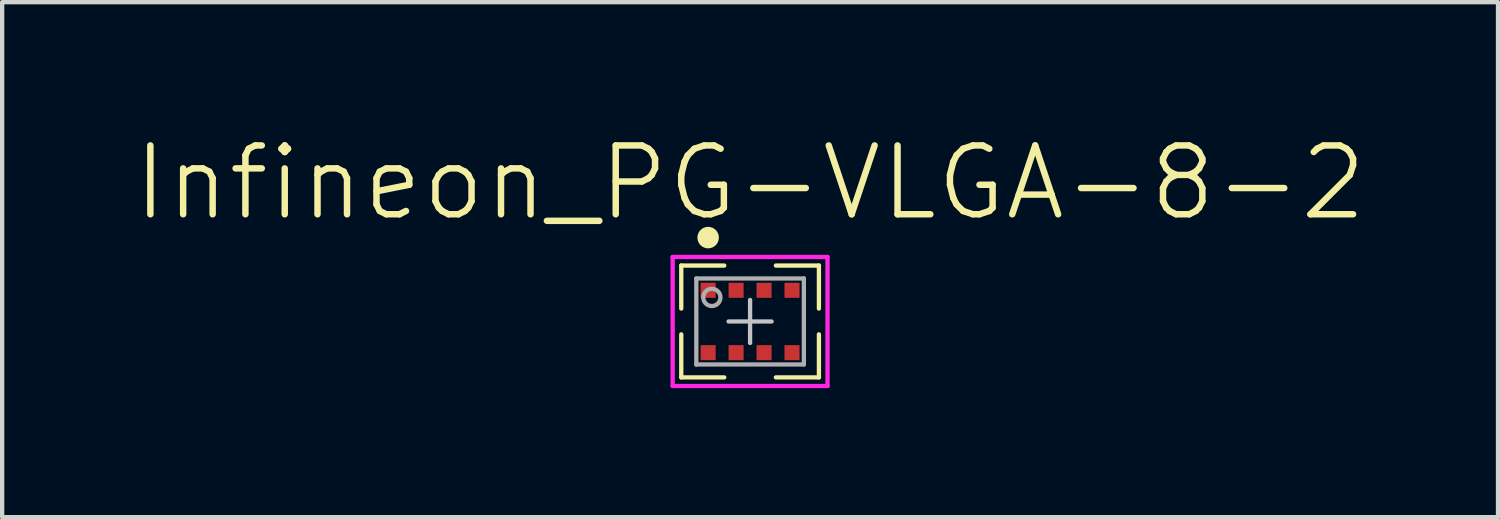
<source format=kicad_pcb>
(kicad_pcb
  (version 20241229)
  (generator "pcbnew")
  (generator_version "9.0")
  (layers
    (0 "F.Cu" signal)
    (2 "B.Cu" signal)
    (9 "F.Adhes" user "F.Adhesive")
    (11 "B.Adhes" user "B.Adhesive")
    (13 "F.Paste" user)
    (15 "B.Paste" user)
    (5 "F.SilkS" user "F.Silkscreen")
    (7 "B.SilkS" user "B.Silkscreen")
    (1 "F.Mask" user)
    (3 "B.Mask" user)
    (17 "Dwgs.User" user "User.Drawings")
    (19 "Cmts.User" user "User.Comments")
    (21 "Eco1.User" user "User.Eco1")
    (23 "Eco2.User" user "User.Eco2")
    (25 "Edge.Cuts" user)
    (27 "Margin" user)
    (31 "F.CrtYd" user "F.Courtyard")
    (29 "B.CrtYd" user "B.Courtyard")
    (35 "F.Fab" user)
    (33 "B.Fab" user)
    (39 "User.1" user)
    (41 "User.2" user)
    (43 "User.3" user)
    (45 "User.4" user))
  (footprint "Infineon_PG-VLGA-8-2"
    (layer "F.Cu")
    (at 14.389 4.424)
    (property "Reference" "Infineon_PG-VLGA-8-2" (at 0 -3.225 0) (layer "F.SilkS") (effects (font (size 1.6 1.6) (thickness 0.15))))
    (attr smd)
    (fp_line (start -1.6 -1.3) (end -0.6 -1.3) (stroke (width 0.1) (type solid)) (layer "F.SilkS"))
    (fp_line (start -1.6 -0.3) (end -1.6 -1.3) (stroke (width 0.1) (type solid)) (layer "F.SilkS"))
    (fp_line (start -1.6 1.3) (end -1.6 0.3) (stroke (width 0.1) (type solid)) (layer "F.SilkS"))
    (fp_line (start -0.6 1.3) (end -1.6 1.3) (stroke (width 0.1) (type solid)) (layer "F.SilkS"))
    (fp_line (start 0.6 -1.3) (end 1.6 -1.3) (stroke (width 0.1) (type solid)) (layer "F.SilkS"))
    (fp_line (start 1.6 -1.3) (end 1.6 -0.3) (stroke (width 0.1) (type solid)) (layer "F.SilkS"))
    (fp_line (start 1.6 0.3) (end 1.6 1.3) (stroke (width 0.1) (type solid)) (layer "F.SilkS"))
    (fp_line (start 1.6 1.3) (end 0.6 1.3) (stroke (width 0.1) (type solid)) (layer "F.SilkS"))
    (fp_circle (center -0.975 -1.95) (end -0.85 -1.95) (stroke (width 0.25) (type solid)) (fill no) (layer "F.SilkS"))
    (fp_circle (center -0.975 -0.725) (end -0.887 -0.725) (stroke (width 0.175) (type solid)) (fill no) (layer "F.Paste"))
    (fp_circle (center -0.975 0.725) (end -0.887 0.725) (stroke (width 0.175) (type solid)) (fill no) (layer "F.Paste"))
    (fp_circle (center -0.325 -0.725) (end -0.237 -0.725) (stroke (width 0.175) (type solid)) (fill no) (layer "F.Paste"))
    (fp_circle (center -0.325 0.725) (end -0.237 0.725) (stroke (width 0.175) (type solid)) (fill no) (layer "F.Paste"))
    (fp_circle (center 0.325 -0.725) (end 0.413 -0.725) (stroke (width 0.175) (type solid)) (fill no) (layer "F.Paste"))
    (fp_circle (center 0.325 0.725) (end 0.413 0.725) (stroke (width 0.175) (type solid)) (fill no) (layer "F.Paste"))
    (fp_circle (center 0.975 -0.725) (end 1.063 -0.725) (stroke (width 0.175) (type solid)) (fill no) (layer "F.Paste"))
    (fp_circle (center 0.975 0.725) (end 1.063 0.725) (stroke (width 0.175) (type solid)) (fill no) (layer "F.Paste"))
    (fp_line (start -0.5 0) (end 0.5 0) (stroke (width 0.1) (type solid)) (layer "Dwgs.User"))
    (fp_line (start 0 0.5) (end 0 -0.5) (stroke (width 0.1) (type solid)) (layer "Dwgs.User"))
    (fp_line (start -1.8 -1.5) (end 1.8 -1.5) (stroke (width 0.1) (type solid)) (layer "F.CrtYd"))
    (fp_line (start -1.8 1.5) (end -1.8 -1.5) (stroke (width 0.1) (type solid)) (layer "F.CrtYd"))
    (fp_line (start -1.8 1.5) (end 1.8 1.5) (stroke (width 0.1) (type solid)) (layer "F.CrtYd"))
    (fp_line (start 1.8 1.5) (end 1.8 -1.5) (stroke (width 0.1) (type solid)) (layer "F.CrtYd"))
    (fp_line (start -1.25 -1) (end 1.25 -1) (stroke (width 0.1) (type solid)) (layer "F.Fab"))
    (fp_line (start -1.25 1) (end -1.25 -1) (stroke (width 0.1) (type solid)) (layer "F.Fab"))
    (fp_line (start -1.25 1) (end 1.25 1) (stroke (width 0.1) (type solid)) (layer "F.Fab"))
    (fp_line (start 1.25 1) (end 1.25 -1) (stroke (width 0.1) (type solid)) (layer "F.Fab"))
    (fp_circle (center -0.889 -0.559) (end -0.689 -0.559) (stroke (width 0.1) (type solid)) (fill no) (layer "F.Fab"))
    (pad "1" smd rect (at -0.975 -0.725) (size 0.35 0.35) (layers "F.Cu" "F.Mask"))
    (pad "2" smd rect (at -0.325 -0.725) (size 0.35 0.35) (layers "F.Cu" "F.Mask"))
    (pad "3" smd rect (at 0.325 -0.725) (size 0.35 0.35) (layers "F.Cu" "F.Mask"))
    (pad "4" smd rect (at 0.975 -0.725) (size 0.35 0.35) (layers "F.Cu" "F.Mask"))
    (pad "5" smd rect (at 0.975 0.725) (size 0.35 0.35) (layers "F.Cu" "F.Mask"))
    (pad "6" smd rect (at 0.325 0.725) (size 0.35 0.35) (layers "F.Cu" "F.Mask"))
    (pad "7" smd rect (at -0.325 0.725) (size 0.35 0.35) (layers "F.Cu" "F.Mask"))
    (pad "8" smd rect (at -0.975 0.725) (size 0.35 0.35) (layers "F.Cu" "F.Mask")))
  (gr_rect
    (start -3 -3)
    (end 31.778 8.974)
    (stroke (width 0.1) (type default))
    (fill no)
    (layer "Edge.Cuts")))
</source>
